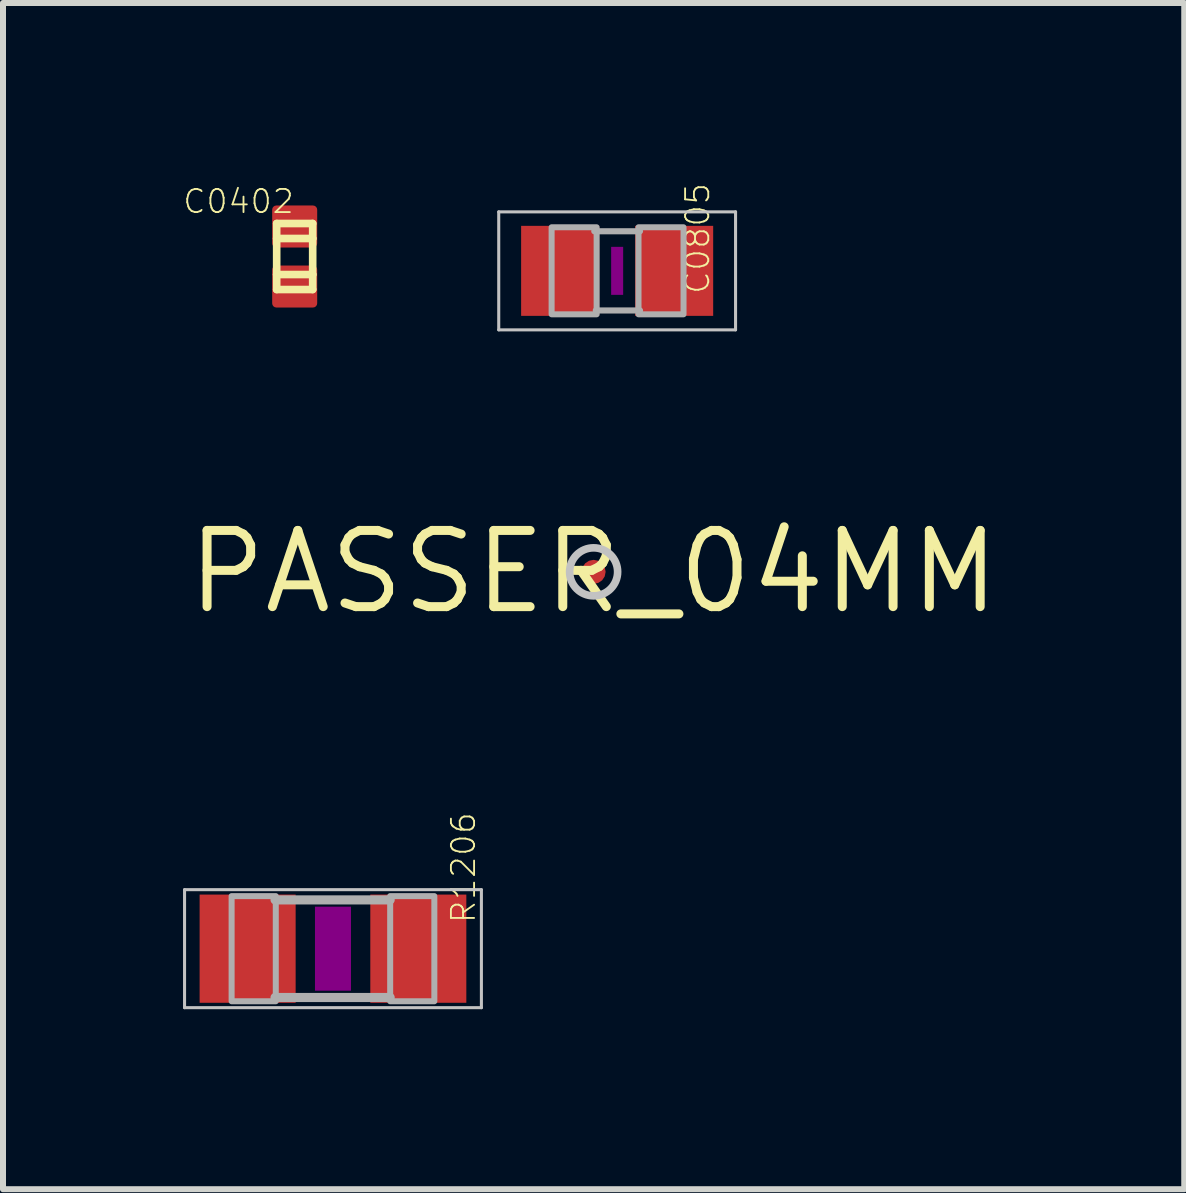
<source format=kicad_pcb>
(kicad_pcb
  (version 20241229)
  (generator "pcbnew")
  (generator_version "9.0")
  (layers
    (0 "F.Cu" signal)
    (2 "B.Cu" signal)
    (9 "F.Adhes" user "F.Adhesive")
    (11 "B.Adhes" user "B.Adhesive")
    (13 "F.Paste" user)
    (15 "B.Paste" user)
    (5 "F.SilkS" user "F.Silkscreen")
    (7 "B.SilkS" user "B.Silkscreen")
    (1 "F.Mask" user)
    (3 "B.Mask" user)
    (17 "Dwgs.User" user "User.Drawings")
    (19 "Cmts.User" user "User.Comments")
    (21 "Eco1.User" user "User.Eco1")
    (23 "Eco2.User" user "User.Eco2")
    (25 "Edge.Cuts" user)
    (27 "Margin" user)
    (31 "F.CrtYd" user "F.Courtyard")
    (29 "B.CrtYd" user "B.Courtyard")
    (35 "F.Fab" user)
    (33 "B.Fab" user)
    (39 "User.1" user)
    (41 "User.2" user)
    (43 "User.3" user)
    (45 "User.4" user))
  (footprint "C0805"
    (layer "F.Cu")
    (at 7.233 1.463)
    (property "Reference" "C0805" (at 1.567 0.409 270) (layer "F.SilkS") (effects (font (size 0.386 0.386) (thickness 0.031)) (justify left bottom)))
    (attr through_hole)
    (fp_poly (pts (xy -0.1 0.4) (xy 0.1 0.4) (xy 0.1 -0.4) (xy -0.1 -0.4)) (stroke (width 0) (type solid)) (fill yes) (layer "F.Adhes"))
    (fp_line (start -1.973 -0.983) (end 1.973 -0.983) (stroke (width 0.051) (type solid)) (layer "Dwgs.User"))
    (fp_line (start -1.973 0.983) (end -1.973 -0.983) (stroke (width 0.051) (type solid)) (layer "Dwgs.User"))
    (fp_line (start 1.973 -0.983) (end 1.973 0.983) (stroke (width 0.051) (type solid)) (layer "Dwgs.User"))
    (fp_line (start 1.973 0.983) (end -1.973 0.983) (stroke (width 0.051) (type solid)) (layer "Dwgs.User"))
    (fp_line (start -0.381 -0.66) (end 0.381 -0.66) (stroke (width 0.102) (type solid)) (layer "F.Fab"))
    (fp_line (start -0.356 0.66) (end 0.381 0.66) (stroke (width 0.102) (type solid)) (layer "F.Fab"))
    (fp_poly (pts (xy -1.092 0.724) (xy -0.342 0.724) (xy -0.342 -0.726) (xy -1.092 -0.726)) (stroke (width 0.1) (type solid)) (fill no) (layer "F.Fab"))
    (fp_poly (pts (xy 0.356 0.724) (xy 1.106 0.724) (xy 1.106 -0.726) (xy 0.356 -0.726)) (stroke (width 0.1) (type solid)) (fill no) (layer "F.Fab"))
    (pad "1" smd rect (at -0.95 0) (size 1.3 1.5) (layers "F.Cu" "F.Mask" "F.Paste"))
    (pad "2" smd rect (at 0.95 0) (size 1.3 1.5) (layers "F.Cu" "F.Mask" "F.Paste")))
  (footprint "PASSER_04MM"
    (layer "F.Cu")
    (at 6.841 6.478)
    (property "Reference" "PASSER_04MM" (at 0 0 0) (layer "F.SilkS") (effects (font (size 1.27 1.27) (thickness 0.15))))
    (attr through_hole)
    (fp_circle (center 0 0) (end 0.1 0) (stroke (width 0.6) (type solid)) (fill no) (layer "F.Mask"))
    (fp_circle (center 0 0) (end 0.4 0) (stroke (width 0.127) (type solid)) (fill no) (layer "Dwgs.User"))
    (pad "X" smd roundrect (at 0 0) (size 0.4 0.4) (layers "F.Cu" "F.Mask") (roundrect_rratio 0.5)))
  (footprint "C0402"
    (layer "F.Cu")
    (at 1.86 1.224)
    (property "Reference" "C0402" (at 0.013 -1.143 0) (layer "F.SilkS") (effects (font (size 0.386 0.386) (thickness 0.031)) (justify right top)))
    (attr through_hole)
    (fp_line (start -0.3 -0.55) (end -0.3 -0.3) (stroke (width 0.127) (type solid)) (layer "F.SilkS"))
    (fp_line (start -0.3 -0.55) (end 0.3 -0.55) (stroke (width 0.127) (type solid)) (layer "F.SilkS"))
    (fp_line (start -0.3 -0.3) (end -0.3 0.3) (stroke (width 0.127) (type solid)) (layer "F.SilkS"))
    (fp_line (start -0.3 -0.3) (end 0.3 -0.3) (stroke (width 0.127) (type solid)) (layer "F.SilkS"))
    (fp_line (start -0.3 0.3) (end -0.3 0.55) (stroke (width 0.127) (type solid)) (layer "F.SilkS"))
    (fp_line (start -0.3 0.3) (end 0.3 0.3) (stroke (width 0.127) (type solid)) (layer "F.SilkS"))
    (fp_line (start -0.3 0.55) (end 0.3 0.55) (stroke (width 0.127) (type solid)) (layer "F.SilkS"))
    (fp_line (start 0.3 -0.55) (end 0.3 -0.3) (stroke (width 0.127) (type solid)) (layer "F.SilkS"))
    (fp_line (start 0.3 -0.3) (end 0.3 0.3) (stroke (width 0.127) (type solid)) (layer "F.SilkS"))
    (fp_line (start 0.3 0.3) (end 0.3 0.55) (stroke (width 0.127) (type solid)) (layer "F.SilkS"))
    (pad "1" smd roundrect (at 0 -0.5) (size 0.75 0.7) (layers "F.Cu" "F.Mask" "F.Paste") (roundrect_rratio 0.1))
    (pad "2" smd roundrect (at 0 0.5) (size 0.75 0.7) (layers "F.Cu" "F.Mask" "F.Paste") (roundrect_rratio 0.1)))
  (footprint "R1206"
    (layer "F.Cu")
    (at 2.498 12.757)
    (property "Reference" "R1206" (at 2.4 -0.4 90) (layer "F.SilkS") (effects (font (size 0.386 0.386) (thickness 0.031)) (justify left bottom)))
    (attr through_hole)
    (fp_poly (pts (xy -0.3 0.7) (xy 0.3 0.7) (xy 0.3 -0.7) (xy -0.3 -0.7)) (stroke (width 0) (type solid)) (fill yes) (layer "F.Adhes"))
    (fp_line (start -2.473 -0.983) (end 2.473 -0.983) (stroke (width 0.051) (type solid)) (layer "Dwgs.User"))
    (fp_line (start -2.473 0.983) (end -2.473 -0.983) (stroke (width 0.051) (type solid)) (layer "Dwgs.User"))
    (fp_line (start 2.473 -0.983) (end 2.473 0.983) (stroke (width 0.051) (type solid)) (layer "Dwgs.User"))
    (fp_line (start 2.473 0.983) (end -2.473 0.983) (stroke (width 0.051) (type solid)) (layer "Dwgs.User"))
    (fp_line (start 0.953 -0.813) (end -0.965 -0.813) (stroke (width 0.152) (type solid)) (layer "F.Fab"))
    (fp_line (start 0.953 0.813) (end -0.965 0.813) (stroke (width 0.152) (type solid)) (layer "F.Fab"))
    (fp_poly (pts (xy -1.689 0.876) (xy -0.953 0.876) (xy -0.953 -0.876) (xy -1.689 -0.876)) (stroke (width 0.1) (type solid)) (fill no) (layer "F.Fab"))
    (fp_poly (pts (xy 0.953 0.876) (xy 1.689 0.876) (xy 1.689 -0.876) (xy 0.953 -0.876)) (stroke (width 0.1) (type solid)) (fill no) (layer "F.Fab"))
    (pad "1" smd rect (at -1.422 0) (size 1.6 1.803) (layers "F.Cu" "F.Mask" "F.Paste"))
    (pad "2" smd rect (at 1.422 0) (size 1.6 1.803) (layers "F.Cu" "F.Mask" "F.Paste")))
  (gr_rect
    (start -3 -3)
    (end 16.682 16.765)
    (stroke (width 0.1) (type default))
    (fill no)
    (layer "Edge.Cuts")))
</source>
